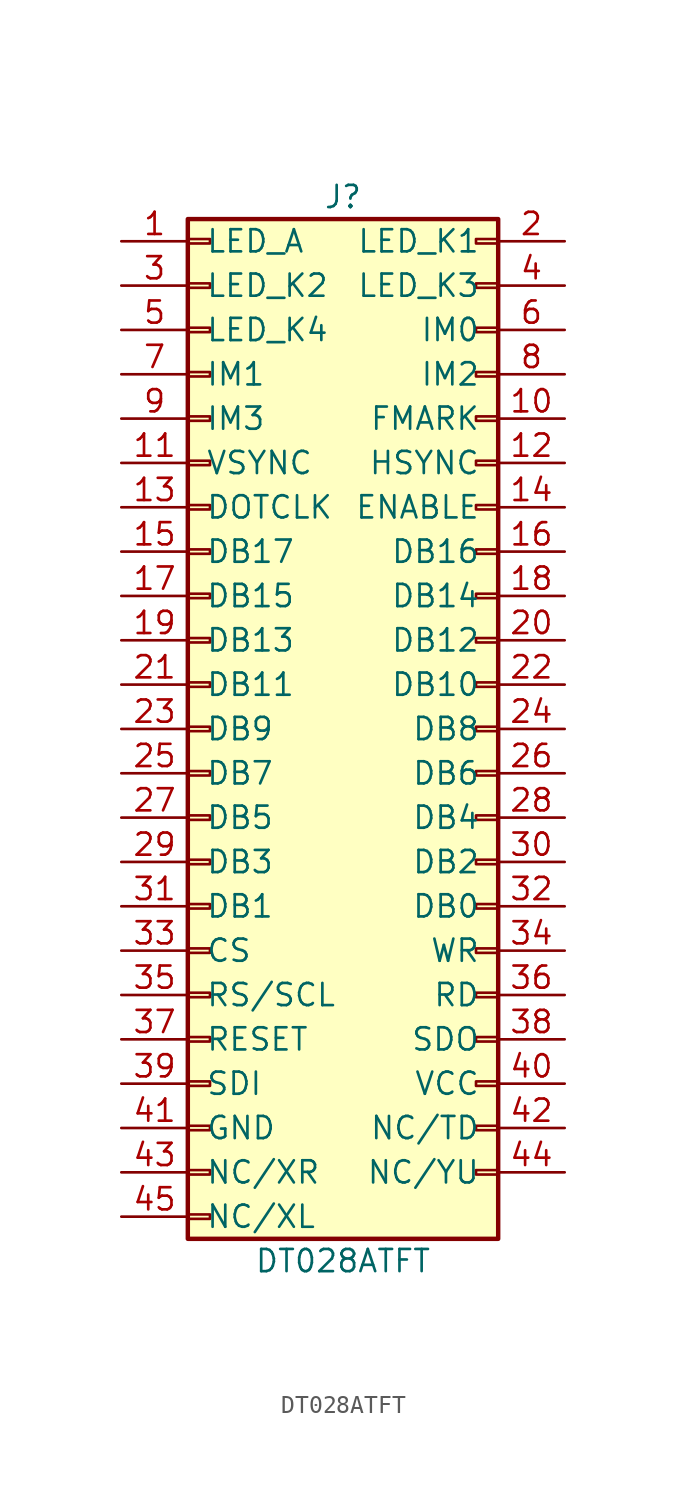
<source format=kicad_sym>
(kicad_symbol_lib
  (version 20211014)
  (generator kicad_symbol_editor)
  (symbol "DT028ATFT"
    (pin_names
      (offset 1.016))
    (property "Reference" "J"
      (at 1.27 30.48 0)
      (effects (font (size 1.27 1.27))))
    (property "Value" "DT028ATFT"
      (at 1.27 -30.48 0)
      (effects (font (size 1.27 1.27))))
    (symbol "DT028ATFT_1_1"
      (rectangle (start -7.62 -27.813) (end -6.35 -28.067) (stroke (width 0.152) (type default) (color 0 0 0 0)) (fill (type none)))
      (rectangle (start -7.62 -25.273) (end -6.35 -25.527) (stroke (width 0.152) (type default) (color 0 0 0 0)) (fill (type none)))
      (rectangle (start -7.62 -22.733) (end -6.35 -22.987) (stroke (width 0.152) (type default) (color 0 0 0 0)) (fill (type none)))
      (rectangle (start -7.62 -20.193) (end -6.35 -20.447) (stroke (width 0.152) (type default) (color 0 0 0 0)) (fill (type none)))
      (rectangle (start -7.62 -17.653) (end -6.35 -17.907) (stroke (width 0.152) (type default) (color 0 0 0 0)) (fill (type none)))
      (rectangle (start -7.62 -15.113) (end -6.35 -15.367) (stroke (width 0.152) (type default) (color 0 0 0 0)) (fill (type none)))
      (rectangle (start -7.62 -12.573) (end -6.35 -12.827) (stroke (width 0.152) (type default) (color 0 0 0 0)) (fill (type none)))
      (rectangle (start -7.62 -10.033) (end -6.35 -10.287) (stroke (width 0.152) (type default) (color 0 0 0 0)) (fill (type none)))
      (rectangle (start -7.62 -7.493) (end -6.35 -7.747) (stroke (width 0.152) (type default) (color 0 0 0 0)) (fill (type none)))
      (rectangle (start -7.62 -4.953) (end -6.35 -5.207) (stroke (width 0.152) (type default) (color 0 0 0 0)) (fill (type none)))
      (rectangle (start -7.62 -2.413) (end -6.35 -2.667) (stroke (width 0.152) (type default) (color 0 0 0 0)) (fill (type none)))
      (rectangle (start -7.62 0.127) (end -6.35 -0.127) (stroke (width 0.152) (type default) (color 0 0 0 0)) (fill (type none)))
      (rectangle (start -7.62 2.667) (end -6.35 2.413) (stroke (width 0.152) (type default) (color 0 0 0 0)) (fill (type none)))
      (rectangle (start -7.62 5.207) (end -6.35 4.953) (stroke (width 0.152) (type default) (color 0 0 0 0)) (fill (type none)))
      (rectangle (start -7.62 7.747) (end -6.35 7.493) (stroke (width 0.152) (type default) (color 0 0 0 0)) (fill (type none)))
      (rectangle (start -7.62 10.287) (end -6.35 10.033) (stroke (width 0.152) (type default) (color 0 0 0 0)) (fill (type none)))
      (rectangle (start -7.62 12.827) (end -6.35 12.573) (stroke (width 0.152) (type default) (color 0 0 0 0)) (fill (type none)))
      (rectangle (start -7.62 15.367) (end -6.35 15.113) (stroke (width 0.152) (type default) (color 0 0 0 0)) (fill (type none)))
      (rectangle (start -7.62 17.907) (end -6.35 17.653) (stroke (width 0.152) (type default) (color 0 0 0 0)) (fill (type none)))
      (rectangle (start -7.62 20.447) (end -6.35 20.193) (stroke (width 0.152) (type default) (color 0 0 0 0)) (fill (type none)))
      (rectangle (start -7.62 22.987) (end -6.35 22.733) (stroke (width 0.152) (type default) (color 0 0 0 0)) (fill (type none)))
      (rectangle (start -7.62 25.527) (end -6.35 25.273) (stroke (width 0.152) (type default) (color 0 0 0 0)) (fill (type none)))
      (rectangle (start -7.62 28.067) (end -6.35 27.813) (stroke (width 0.152) (type default) (color 0 0 0 0)) (fill (type none)))
      (rectangle (start -7.62 29.21) (end 10.16 -29.21) (stroke (width 0.254) (type default) (color 0 0 0 0)) (fill (type background)))
      (rectangle (start 10.16 -25.273) (end 8.89 -25.527) (stroke (width 0.152) (type default) (color 0 0 0 0)) (fill (type none)))
      (rectangle (start 10.16 -22.733) (end 8.89 -22.987) (stroke (width 0.152) (type default) (color 0 0 0 0)) (fill (type none)))
      (rectangle (start 10.16 -20.193) (end 8.89 -20.447) (stroke (width 0.152) (type default) (color 0 0 0 0)) (fill (type none)))
      (rectangle (start 10.16 -17.653) (end 8.89 -17.907) (stroke (width 0.152) (type default) (color 0 0 0 0)) (fill (type none)))
      (rectangle (start 10.16 -15.113) (end 8.89 -15.367) (stroke (width 0.152) (type default) (color 0 0 0 0)) (fill (type none)))
      (rectangle (start 10.16 -12.573) (end 8.89 -12.827) (stroke (width 0.152) (type default) (color 0 0 0 0)) (fill (type none)))
      (rectangle (start 10.16 -10.033) (end 8.89 -10.287) (stroke (width 0.152) (type default) (color 0 0 0 0)) (fill (type none)))
      (rectangle (start 10.16 -7.493) (end 8.89 -7.747) (stroke (width 0.152) (type default) (color 0 0 0 0)) (fill (type none)))
      (rectangle (start 10.16 -4.953) (end 8.89 -5.207) (stroke (width 0.152) (type default) (color 0 0 0 0)) (fill (type none)))
      (rectangle (start 10.16 -2.413) (end 8.89 -2.667) (stroke (width 0.152) (type default) (color 0 0 0 0)) (fill (type none)))
      (rectangle (start 10.16 0.127) (end 8.89 -0.127) (stroke (width 0.152) (type default) (color 0 0 0 0)) (fill (type none)))
      (rectangle (start 10.16 2.667) (end 8.89 2.413) (stroke (width 0.152) (type default) (color 0 0 0 0)) (fill (type none)))
      (rectangle (start 10.16 5.207) (end 8.89 4.953) (stroke (width 0.152) (type default) (color 0 0 0 0)) (fill (type none)))
      (rectangle (start 10.16 7.747) (end 8.89 7.493) (stroke (width 0.152) (type default) (color 0 0 0 0)) (fill (type none)))
      (rectangle (start 10.16 10.287) (end 8.89 10.033) (stroke (width 0.152) (type default) (color 0 0 0 0)) (fill (type none)))
      (rectangle (start 10.16 12.827) (end 8.89 12.573) (stroke (width 0.152) (type default) (color 0 0 0 0)) (fill (type none)))
      (rectangle (start 10.16 15.367) (end 8.89 15.113) (stroke (width 0.152) (type default) (color 0 0 0 0)) (fill (type none)))
      (rectangle (start 10.16 17.907) (end 8.89 17.653) (stroke (width 0.152) (type default) (color 0 0 0 0)) (fill (type none)))
      (rectangle (start 10.16 20.447) (end 8.89 20.193) (stroke (width 0.152) (type default) (color 0 0 0 0)) (fill (type none)))
      (rectangle (start 10.16 22.987) (end 8.89 22.733) (stroke (width 0.152) (type default) (color 0 0 0 0)) (fill (type none)))
      (rectangle (start 10.16 25.527) (end 8.89 25.273) (stroke (width 0.152) (type default) (color 0 0 0 0)) (fill (type none)))
      (rectangle (start 10.16 28.067) (end 8.89 27.813) (stroke (width 0.152) (type default) (color 0 0 0 0)) (fill (type none)))
      (pin passive line (at -11.43 27.94 0) (length 3.81) (name "LED_A" (effects (font (size 1.27 1.27)))) (number "1" (effects (font (size 1.27 1.27)))))
      (pin passive line (at 13.97 17.78 180) (length 3.81) (name "FMARK" (effects (font (size 1.27 1.27)))) (number "10" (effects (font (size 1.27 1.27)))))
      (pin passive line (at -11.43 15.24 0) (length 3.81) (name "VSYNC" (effects (font (size 1.27 1.27)))) (number "11" (effects (font (size 1.27 1.27)))))
      (pin passive line (at 13.97 15.24 180) (length 3.81) (name "HSYNC" (effects (font (size 1.27 1.27)))) (number "12" (effects (font (size 1.27 1.27)))))
      (pin passive line (at -11.43 12.7 0) (length 3.81) (name "DOTCLK" (effects (font (size 1.27 1.27)))) (number "13" (effects (font (size 1.27 1.27)))))
      (pin passive line (at 13.97 12.7 180) (length 3.81) (name "ENABLE" (effects (font (size 1.27 1.27)))) (number "14" (effects (font (size 1.27 1.27)))))
      (pin passive line (at -11.43 10.16 0) (length 3.81) (name "DB17" (effects (font (size 1.27 1.27)))) (number "15" (effects (font (size 1.27 1.27)))))
      (pin passive line (at 13.97 10.16 180) (length 3.81) (name "DB16" (effects (font (size 1.27 1.27)))) (number "16" (effects (font (size 1.27 1.27)))))
      (pin passive line (at -11.43 7.62 0) (length 3.81) (name "DB15" (effects (font (size 1.27 1.27)))) (number "17" (effects (font (size 1.27 1.27)))))
      (pin passive line (at 13.97 7.62 180) (length 3.81) (name "DB14" (effects (font (size 1.27 1.27)))) (number "18" (effects (font (size 1.27 1.27)))))
      (pin passive line (at -11.43 5.08 0) (length 3.81) (name "DB13" (effects (font (size 1.27 1.27)))) (number "19" (effects (font (size 1.27 1.27)))))
      (pin passive line (at 13.97 27.94 180) (length 3.81) (name "LED_K1" (effects (font (size 1.27 1.27)))) (number "2" (effects (font (size 1.27 1.27)))))
      (pin passive line (at 13.97 5.08 180) (length 3.81) (name "DB12" (effects (font (size 1.27 1.27)))) (number "20" (effects (font (size 1.27 1.27)))))
      (pin passive line (at -11.43 2.54 0) (length 3.81) (name "DB11" (effects (font (size 1.27 1.27)))) (number "21" (effects (font (size 1.27 1.27)))))
      (pin passive line (at 13.97 2.54 180) (length 3.81) (name "DB10" (effects (font (size 1.27 1.27)))) (number "22" (effects (font (size 1.27 1.27)))))
      (pin passive line (at -11.43 0 0) (length 3.81) (name "DB9" (effects (font (size 1.27 1.27)))) (number "23" (effects (font (size 1.27 1.27)))))
      (pin passive line (at 13.97 0 180) (length 3.81) (name "DB8" (effects (font (size 1.27 1.27)))) (number "24" (effects (font (size 1.27 1.27)))))
      (pin passive line (at -11.43 -2.54 0) (length 3.81) (name "DB7" (effects (font (size 1.27 1.27)))) (number "25" (effects (font (size 1.27 1.27)))))
      (pin passive line (at 13.97 -2.54 180) (length 3.81) (name "DB6" (effects (font (size 1.27 1.27)))) (number "26" (effects (font (size 1.27 1.27)))))
      (pin passive line (at -11.43 -5.08 0) (length 3.81) (name "DB5" (effects (font (size 1.27 1.27)))) (number "27" (effects (font (size 1.27 1.27)))))
      (pin passive line (at 13.97 -5.08 180) (length 3.81) (name "DB4" (effects (font (size 1.27 1.27)))) (number "28" (effects (font (size 1.27 1.27)))))
      (pin passive line (at -11.43 -7.62 0) (length 3.81) (name "DB3" (effects (font (size 1.27 1.27)))) (number "29" (effects (font (size 1.27 1.27)))))
      (pin passive line (at -11.43 25.4 0) (length 3.81) (name "LED_K2" (effects (font (size 1.27 1.27)))) (number "3" (effects (font (size 1.27 1.27)))))
      (pin passive line (at 13.97 -7.62 180) (length 3.81) (name "DB2" (effects (font (size 1.27 1.27)))) (number "30" (effects (font (size 1.27 1.27)))))
      (pin passive line (at -11.43 -10.16 0) (length 3.81) (name "DB1" (effects (font (size 1.27 1.27)))) (number "31" (effects (font (size 1.27 1.27)))))
      (pin passive line (at 13.97 -10.16 180) (length 3.81) (name "DB0" (effects (font (size 1.27 1.27)))) (number "32" (effects (font (size 1.27 1.27)))))
      (pin passive line (at -11.43 -12.7 0) (length 3.81) (name "CS" (effects (font (size 1.27 1.27)))) (number "33" (effects (font (size 1.27 1.27)))))
      (pin passive line (at 13.97 -12.7 180) (length 3.81) (name "WR" (effects (font (size 1.27 1.27)))) (number "34" (effects (font (size 1.27 1.27)))))
      (pin passive line (at -11.43 -15.24 0) (length 3.81) (name "RS/SCL" (effects (font (size 1.27 1.27)))) (number "35" (effects (font (size 1.27 1.27)))))
      (pin passive line (at 13.97 -15.24 180) (length 3.81) (name "RD" (effects (font (size 1.27 1.27)))) (number "36" (effects (font (size 1.27 1.27)))))
      (pin passive line (at -11.43 -17.78 0) (length 3.81) (name "RESET" (effects (font (size 1.27 1.27)))) (number "37" (effects (font (size 1.27 1.27)))))
      (pin passive line (at 13.97 -17.78 180) (length 3.81) (name "SDO" (effects (font (size 1.27 1.27)))) (number "38" (effects (font (size 1.27 1.27)))))
      (pin passive line (at -11.43 -20.32 0) (length 3.81) (name "SDI" (effects (font (size 1.27 1.27)))) (number "39" (effects (font (size 1.27 1.27)))))
      (pin passive line (at 13.97 25.4 180) (length 3.81) (name "LED_K3" (effects (font (size 1.27 1.27)))) (number "4" (effects (font (size 1.27 1.27)))))
      (pin passive line (at 13.97 -20.32 180) (length 3.81) (name "VCC" (effects (font (size 1.27 1.27)))) (number "40" (effects (font (size 1.27 1.27)))))
      (pin passive line (at -11.43 -22.86 0) (length 3.81) (name "GND" (effects (font (size 1.27 1.27)))) (number "41" (effects (font (size 1.27 1.27)))))
      (pin passive line (at 13.97 -22.86 180) (length 3.81) (name "NC/TD" (effects (font (size 1.27 1.27)))) (number "42" (effects (font (size 1.27 1.27)))))
      (pin passive line (at -11.43 -25.4 0) (length 3.81) (name "NC/XR" (effects (font (size 1.27 1.27)))) (number "43" (effects (font (size 1.27 1.27)))))
      (pin passive line (at 13.97 -25.4 180) (length 3.81) (name "NC/YU" (effects (font (size 1.27 1.27)))) (number "44" (effects (font (size 1.27 1.27)))))
      (pin passive line (at -11.43 -27.94 0) (length 3.81) (name "NC/XL" (effects (font (size 1.27 1.27)))) (number "45" (effects (font (size 1.27 1.27)))))
      (pin passive line (at -11.43 22.86 0) (length 3.81) (name "LED_K4" (effects (font (size 1.27 1.27)))) (number "5" (effects (font (size 1.27 1.27)))))
      (pin passive line (at 13.97 22.86 180) (length 3.81) (name "IM0" (effects (font (size 1.27 1.27)))) (number "6" (effects (font (size 1.27 1.27)))))
      (pin passive line (at -11.43 20.32 0) (length 3.81) (name "IM1" (effects (font (size 1.27 1.27)))) (number "7" (effects (font (size 1.27 1.27)))))
      (pin passive line (at 13.97 20.32 180) (length 3.81) (name "IM2" (effects (font (size 1.27 1.27)))) (number "8" (effects (font (size 1.27 1.27)))))
      (pin passive line (at -11.43 17.78 0) (length 3.81) (name "IM3" (effects (font (size 1.27 1.27)))) (number "9" (effects (font (size 1.27 1.27))))))))
</source>
